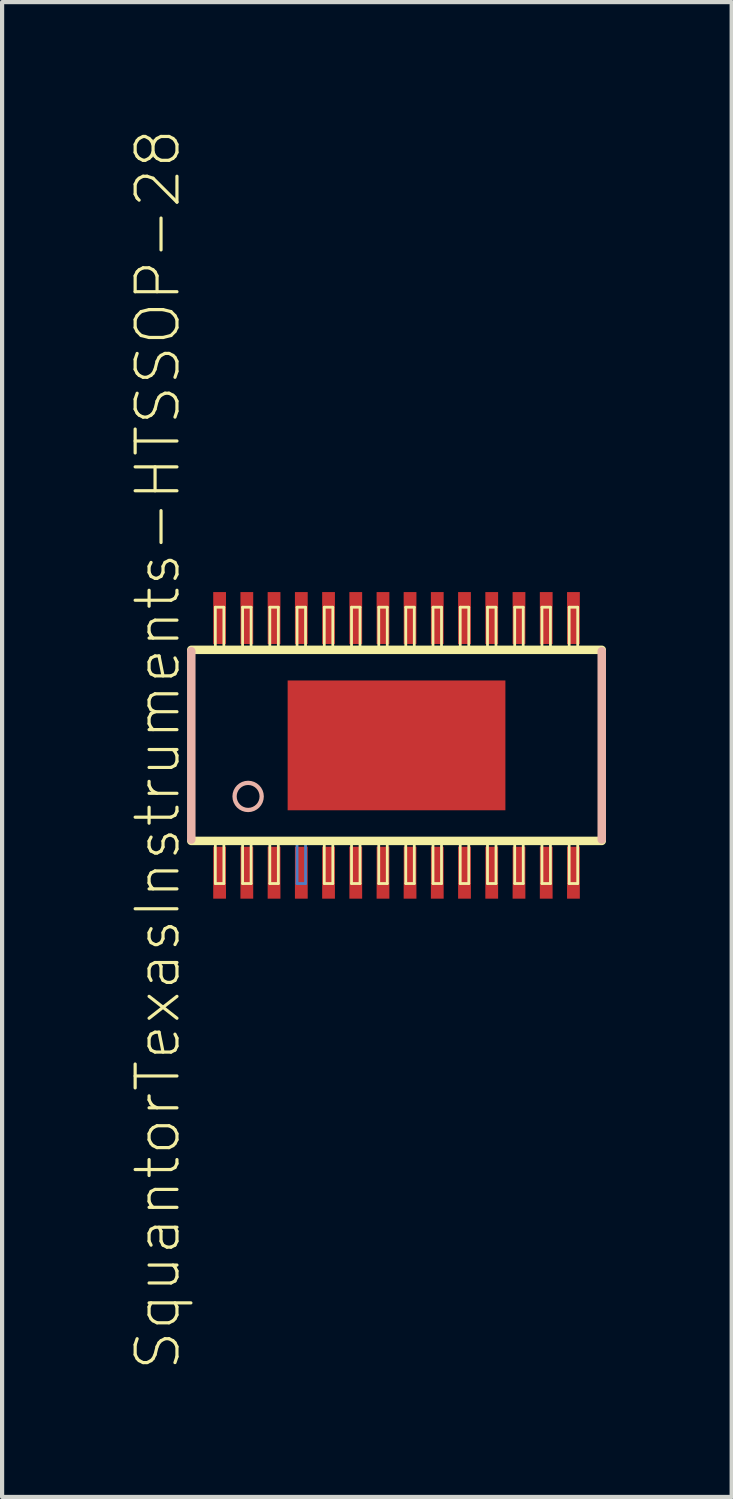
<source format=kicad_pcb>
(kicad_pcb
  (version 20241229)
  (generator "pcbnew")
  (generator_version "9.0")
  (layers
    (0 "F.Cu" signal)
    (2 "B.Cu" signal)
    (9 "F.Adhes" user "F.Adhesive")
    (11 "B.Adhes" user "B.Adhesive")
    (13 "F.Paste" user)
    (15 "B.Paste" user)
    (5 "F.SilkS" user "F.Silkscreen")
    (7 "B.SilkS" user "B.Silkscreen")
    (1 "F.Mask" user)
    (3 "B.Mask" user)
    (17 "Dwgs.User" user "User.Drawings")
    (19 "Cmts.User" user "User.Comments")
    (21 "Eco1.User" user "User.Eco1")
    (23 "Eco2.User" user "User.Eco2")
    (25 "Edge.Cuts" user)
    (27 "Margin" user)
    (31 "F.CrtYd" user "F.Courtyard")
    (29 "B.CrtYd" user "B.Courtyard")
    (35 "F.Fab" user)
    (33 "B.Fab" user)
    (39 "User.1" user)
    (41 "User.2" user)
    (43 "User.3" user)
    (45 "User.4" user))
  (footprint "SquantorTexasInstruments-HTSSOP-28"
    (layer "F.Cu")
    (at 6.417 14.746)
    (property "Reference" "SquantorTexasInstruments-HTSSOP-28" (at -5.7 0.099 90) (layer "F.SilkS") (effects (font (size 0.998 0.998) (thickness 0.076))))
    (attr smd)
    (fp_line (start -2.375 2.281) (end -2.172 2.281) (stroke (width 0.066) (type solid)) (layer "B.Cu"))
    (fp_line (start -2.375 3.299) (end -2.375 2.281) (stroke (width 0.066) (type solid)) (layer "B.Cu"))
    (fp_line (start -2.375 3.299) (end -2.172 3.299) (stroke (width 0.066) (type solid)) (layer "B.Cu"))
    (fp_line (start -2.172 3.299) (end -2.172 2.281) (stroke (width 0.066) (type solid)) (layer "B.Cu"))
    (fp_line (start -4.9 2.281) (end 4.9 2.281) (stroke (width 0.203) (type solid)) (layer "F.SilkS"))
    (fp_line (start -4.326 -3.299) (end -4.122 -3.299) (stroke (width 0.066) (type solid)) (layer "F.SilkS"))
    (fp_line (start -4.326 -2.281) (end -4.326 -3.299) (stroke (width 0.066) (type solid)) (layer "F.SilkS"))
    (fp_line (start -4.326 -2.281) (end -4.122 -2.281) (stroke (width 0.066) (type solid)) (layer "F.SilkS"))
    (fp_line (start -4.326 2.281) (end -4.122 2.281) (stroke (width 0.066) (type solid)) (layer "F.SilkS"))
    (fp_line (start -4.326 3.299) (end -4.326 2.281) (stroke (width 0.066) (type solid)) (layer "F.SilkS"))
    (fp_line (start -4.326 3.299) (end -4.122 3.299) (stroke (width 0.066) (type solid)) (layer "F.SilkS"))
    (fp_line (start -4.122 -2.281) (end -4.122 -3.299) (stroke (width 0.066) (type solid)) (layer "F.SilkS"))
    (fp_line (start -4.122 3.299) (end -4.122 2.281) (stroke (width 0.066) (type solid)) (layer "F.SilkS"))
    (fp_line (start -3.675 -3.299) (end -3.472 -3.299) (stroke (width 0.066) (type solid)) (layer "F.SilkS"))
    (fp_line (start -3.675 -2.281) (end -3.675 -3.299) (stroke (width 0.066) (type solid)) (layer "F.SilkS"))
    (fp_line (start -3.675 -2.281) (end -3.472 -2.281) (stroke (width 0.066) (type solid)) (layer "F.SilkS"))
    (fp_line (start -3.675 2.281) (end -3.472 2.281) (stroke (width 0.066) (type solid)) (layer "F.SilkS"))
    (fp_line (start -3.675 3.299) (end -3.675 2.281) (stroke (width 0.066) (type solid)) (layer "F.SilkS"))
    (fp_line (start -3.675 3.299) (end -3.472 3.299) (stroke (width 0.066) (type solid)) (layer "F.SilkS"))
    (fp_line (start -3.472 -2.281) (end -3.472 -3.299) (stroke (width 0.066) (type solid)) (layer "F.SilkS"))
    (fp_line (start -3.472 3.299) (end -3.472 2.281) (stroke (width 0.066) (type solid)) (layer "F.SilkS"))
    (fp_line (start -3.025 -3.299) (end -2.822 -3.299) (stroke (width 0.066) (type solid)) (layer "F.SilkS"))
    (fp_line (start -3.025 -2.281) (end -3.025 -3.299) (stroke (width 0.066) (type solid)) (layer "F.SilkS"))
    (fp_line (start -3.025 -2.281) (end -2.822 -2.281) (stroke (width 0.066) (type solid)) (layer "F.SilkS"))
    (fp_line (start -3.025 2.281) (end -2.822 2.281) (stroke (width 0.066) (type solid)) (layer "F.SilkS"))
    (fp_line (start -3.025 3.299) (end -3.025 2.281) (stroke (width 0.066) (type solid)) (layer "F.SilkS"))
    (fp_line (start -3.025 3.299) (end -2.822 3.299) (stroke (width 0.066) (type solid)) (layer "F.SilkS"))
    (fp_line (start -2.822 -2.281) (end -2.822 -3.299) (stroke (width 0.066) (type solid)) (layer "F.SilkS"))
    (fp_line (start -2.822 3.299) (end -2.822 2.281) (stroke (width 0.066) (type solid)) (layer "F.SilkS"))
    (fp_line (start -2.375 -3.299) (end -2.172 -3.299) (stroke (width 0.066) (type solid)) (layer "F.SilkS"))
    (fp_line (start -2.375 -2.281) (end -2.375 -3.299) (stroke (width 0.066) (type solid)) (layer "F.SilkS"))
    (fp_line (start -2.375 -2.281) (end -2.172 -2.281) (stroke (width 0.066) (type solid)) (layer "F.SilkS"))
    (fp_line (start -2.172 -2.281) (end -2.172 -3.299) (stroke (width 0.066) (type solid)) (layer "F.SilkS"))
    (fp_line (start -1.725 -3.299) (end -1.521 -3.299) (stroke (width 0.066) (type solid)) (layer "F.SilkS"))
    (fp_line (start -1.725 -2.281) (end -1.725 -3.299) (stroke (width 0.066) (type solid)) (layer "F.SilkS"))
    (fp_line (start -1.725 -2.281) (end -1.521 -2.281) (stroke (width 0.066) (type solid)) (layer "F.SilkS"))
    (fp_line (start -1.725 2.281) (end -1.521 2.281) (stroke (width 0.066) (type solid)) (layer "F.SilkS"))
    (fp_line (start -1.725 3.299) (end -1.725 2.281) (stroke (width 0.066) (type solid)) (layer "F.SilkS"))
    (fp_line (start -1.725 3.299) (end -1.521 3.299) (stroke (width 0.066) (type solid)) (layer "F.SilkS"))
    (fp_line (start -1.521 -2.281) (end -1.521 -3.299) (stroke (width 0.066) (type solid)) (layer "F.SilkS"))
    (fp_line (start -1.521 3.299) (end -1.521 2.281) (stroke (width 0.066) (type solid)) (layer "F.SilkS"))
    (fp_line (start -1.074 -3.299) (end -0.871 -3.299) (stroke (width 0.066) (type solid)) (layer "F.SilkS"))
    (fp_line (start -1.074 -2.281) (end -1.074 -3.299) (stroke (width 0.066) (type solid)) (layer "F.SilkS"))
    (fp_line (start -1.074 -2.281) (end -0.871 -2.281) (stroke (width 0.066) (type solid)) (layer "F.SilkS"))
    (fp_line (start -1.074 2.281) (end -0.871 2.281) (stroke (width 0.066) (type solid)) (layer "F.SilkS"))
    (fp_line (start -1.074 3.299) (end -1.074 2.281) (stroke (width 0.066) (type solid)) (layer "F.SilkS"))
    (fp_line (start -1.074 3.299) (end -0.871 3.299) (stroke (width 0.066) (type solid)) (layer "F.SilkS"))
    (fp_line (start -0.871 -2.281) (end -0.871 -3.299) (stroke (width 0.066) (type solid)) (layer "F.SilkS"))
    (fp_line (start -0.871 3.299) (end -0.871 2.281) (stroke (width 0.066) (type solid)) (layer "F.SilkS"))
    (fp_line (start -0.424 -3.299) (end -0.221 -3.299) (stroke (width 0.066) (type solid)) (layer "F.SilkS"))
    (fp_line (start -0.424 -2.281) (end -0.424 -3.299) (stroke (width 0.066) (type solid)) (layer "F.SilkS"))
    (fp_line (start -0.424 -2.281) (end -0.221 -2.281) (stroke (width 0.066) (type solid)) (layer "F.SilkS"))
    (fp_line (start -0.424 2.281) (end -0.221 2.281) (stroke (width 0.066) (type solid)) (layer "F.SilkS"))
    (fp_line (start -0.424 3.299) (end -0.424 2.281) (stroke (width 0.066) (type solid)) (layer "F.SilkS"))
    (fp_line (start -0.424 3.299) (end -0.221 3.299) (stroke (width 0.066) (type solid)) (layer "F.SilkS"))
    (fp_line (start -0.221 -2.281) (end -0.221 -3.299) (stroke (width 0.066) (type solid)) (layer "F.SilkS"))
    (fp_line (start -0.221 3.299) (end -0.221 2.281) (stroke (width 0.066) (type solid)) (layer "F.SilkS"))
    (fp_line (start 0.221 -3.299) (end 0.424 -3.299) (stroke (width 0.066) (type solid)) (layer "F.SilkS"))
    (fp_line (start 0.221 -2.281) (end 0.221 -3.299) (stroke (width 0.066) (type solid)) (layer "F.SilkS"))
    (fp_line (start 0.221 -2.281) (end 0.424 -2.281) (stroke (width 0.066) (type solid)) (layer "F.SilkS"))
    (fp_line (start 0.221 2.281) (end 0.424 2.281) (stroke (width 0.066) (type solid)) (layer "F.SilkS"))
    (fp_line (start 0.221 3.299) (end 0.221 2.281) (stroke (width 0.066) (type solid)) (layer "F.SilkS"))
    (fp_line (start 0.221 3.299) (end 0.424 3.299) (stroke (width 0.066) (type solid)) (layer "F.SilkS"))
    (fp_line (start 0.424 -2.281) (end 0.424 -3.299) (stroke (width 0.066) (type solid)) (layer "F.SilkS"))
    (fp_line (start 0.424 3.299) (end 0.424 2.281) (stroke (width 0.066) (type solid)) (layer "F.SilkS"))
    (fp_line (start 0.871 -3.299) (end 1.074 -3.299) (stroke (width 0.066) (type solid)) (layer "F.SilkS"))
    (fp_line (start 0.871 -2.281) (end 0.871 -3.299) (stroke (width 0.066) (type solid)) (layer "F.SilkS"))
    (fp_line (start 0.871 -2.281) (end 1.074 -2.281) (stroke (width 0.066) (type solid)) (layer "F.SilkS"))
    (fp_line (start 0.871 2.281) (end 1.074 2.281) (stroke (width 0.066) (type solid)) (layer "F.SilkS"))
    (fp_line (start 0.871 3.299) (end 0.871 2.281) (stroke (width 0.066) (type solid)) (layer "F.SilkS"))
    (fp_line (start 0.871 3.299) (end 1.074 3.299) (stroke (width 0.066) (type solid)) (layer "F.SilkS"))
    (fp_line (start 1.074 -2.281) (end 1.074 -3.299) (stroke (width 0.066) (type solid)) (layer "F.SilkS"))
    (fp_line (start 1.074 3.299) (end 1.074 2.281) (stroke (width 0.066) (type solid)) (layer "F.SilkS"))
    (fp_line (start 1.521 -3.299) (end 1.725 -3.299) (stroke (width 0.066) (type solid)) (layer "F.SilkS"))
    (fp_line (start 1.521 -2.281) (end 1.521 -3.299) (stroke (width 0.066) (type solid)) (layer "F.SilkS"))
    (fp_line (start 1.521 -2.281) (end 1.725 -2.281) (stroke (width 0.066) (type solid)) (layer "F.SilkS"))
    (fp_line (start 1.521 2.281) (end 1.725 2.281) (stroke (width 0.066) (type solid)) (layer "F.SilkS"))
    (fp_line (start 1.521 3.299) (end 1.521 2.281) (stroke (width 0.066) (type solid)) (layer "F.SilkS"))
    (fp_line (start 1.521 3.299) (end 1.725 3.299) (stroke (width 0.066) (type solid)) (layer "F.SilkS"))
    (fp_line (start 1.725 -2.281) (end 1.725 -3.299) (stroke (width 0.066) (type solid)) (layer "F.SilkS"))
    (fp_line (start 1.725 3.299) (end 1.725 2.281) (stroke (width 0.066) (type solid)) (layer "F.SilkS"))
    (fp_line (start 2.172 -3.299) (end 2.375 -3.299) (stroke (width 0.066) (type solid)) (layer "F.SilkS"))
    (fp_line (start 2.172 -2.281) (end 2.172 -3.299) (stroke (width 0.066) (type solid)) (layer "F.SilkS"))
    (fp_line (start 2.172 -2.281) (end 2.375 -2.281) (stroke (width 0.066) (type solid)) (layer "F.SilkS"))
    (fp_line (start 2.172 2.281) (end 2.375 2.281) (stroke (width 0.066) (type solid)) (layer "F.SilkS"))
    (fp_line (start 2.172 3.299) (end 2.172 2.281) (stroke (width 0.066) (type solid)) (layer "F.SilkS"))
    (fp_line (start 2.172 3.299) (end 2.375 3.299) (stroke (width 0.066) (type solid)) (layer "F.SilkS"))
    (fp_line (start 2.375 -2.281) (end 2.375 -3.299) (stroke (width 0.066) (type solid)) (layer "F.SilkS"))
    (fp_line (start 2.375 3.299) (end 2.375 2.281) (stroke (width 0.066) (type solid)) (layer "F.SilkS"))
    (fp_line (start 2.822 -3.299) (end 3.025 -3.299) (stroke (width 0.066) (type solid)) (layer "F.SilkS"))
    (fp_line (start 2.822 -2.281) (end 2.822 -3.299) (stroke (width 0.066) (type solid)) (layer "F.SilkS"))
    (fp_line (start 2.822 -2.281) (end 3.025 -2.281) (stroke (width 0.066) (type solid)) (layer "F.SilkS"))
    (fp_line (start 2.822 2.281) (end 3.025 2.281) (stroke (width 0.066) (type solid)) (layer "F.SilkS"))
    (fp_line (start 2.822 3.299) (end 2.822 2.281) (stroke (width 0.066) (type solid)) (layer "F.SilkS"))
    (fp_line (start 2.822 3.299) (end 3.025 3.299) (stroke (width 0.066) (type solid)) (layer "F.SilkS"))
    (fp_line (start 3.025 -2.281) (end 3.025 -3.299) (stroke (width 0.066) (type solid)) (layer "F.SilkS"))
    (fp_line (start 3.025 3.299) (end 3.025 2.281) (stroke (width 0.066) (type solid)) (layer "F.SilkS"))
    (fp_line (start 3.472 -3.299) (end 3.675 -3.299) (stroke (width 0.066) (type solid)) (layer "F.SilkS"))
    (fp_line (start 3.472 -2.281) (end 3.472 -3.299) (stroke (width 0.066) (type solid)) (layer "F.SilkS"))
    (fp_line (start 3.472 -2.281) (end 3.675 -2.281) (stroke (width 0.066) (type solid)) (layer "F.SilkS"))
    (fp_line (start 3.472 2.281) (end 3.675 2.281) (stroke (width 0.066) (type solid)) (layer "F.SilkS"))
    (fp_line (start 3.472 3.299) (end 3.472 2.281) (stroke (width 0.066) (type solid)) (layer "F.SilkS"))
    (fp_line (start 3.472 3.299) (end 3.675 3.299) (stroke (width 0.066) (type solid)) (layer "F.SilkS"))
    (fp_line (start 3.675 -2.281) (end 3.675 -3.299) (stroke (width 0.066) (type solid)) (layer "F.SilkS"))
    (fp_line (start 3.675 3.299) (end 3.675 2.281) (stroke (width 0.066) (type solid)) (layer "F.SilkS"))
    (fp_line (start 4.122 -3.299) (end 4.326 -3.299) (stroke (width 0.066) (type solid)) (layer "F.SilkS"))
    (fp_line (start 4.122 -2.281) (end 4.122 -3.299) (stroke (width 0.066) (type solid)) (layer "F.SilkS"))
    (fp_line (start 4.122 -2.281) (end 4.326 -2.281) (stroke (width 0.066) (type solid)) (layer "F.SilkS"))
    (fp_line (start 4.122 2.281) (end 4.326 2.281) (stroke (width 0.066) (type solid)) (layer "F.SilkS"))
    (fp_line (start 4.122 3.299) (end 4.122 2.281) (stroke (width 0.066) (type solid)) (layer "F.SilkS"))
    (fp_line (start 4.122 3.299) (end 4.326 3.299) (stroke (width 0.066) (type solid)) (layer "F.SilkS"))
    (fp_line (start 4.326 -2.281) (end 4.326 -3.299) (stroke (width 0.066) (type solid)) (layer "F.SilkS"))
    (fp_line (start 4.326 3.299) (end 4.326 2.281) (stroke (width 0.066) (type solid)) (layer "F.SilkS"))
    (fp_line (start 4.9 -2.281) (end -4.9 -2.281) (stroke (width 0.203) (type solid)) (layer "F.SilkS"))
    (fp_line (start -4.9 2.248) (end -4.9 -2.248) (stroke (width 0.203) (type solid)) (layer "B.SilkS"))
    (fp_line (start 4.9 -2.248) (end 4.9 2.248) (stroke (width 0.203) (type solid)) (layer "B.SilkS"))
    (fp_circle (center -3.543 1.219) (end -3.772 1.448) (stroke (width 0.102) (type solid)) (fill no) (layer "B.SilkS"))
    (pad "1" smd rect (at -4.224 3.04) (size 0.305 1.24) (layers "F.Cu" "F.Mask" "F.Paste"))
    (pad "2" smd rect (at -3.574 3.04) (size 0.305 1.24) (layers "F.Cu" "F.Mask" "F.Paste"))
    (pad "3" smd rect (at -2.924 3.04) (size 0.305 1.24) (layers "F.Cu" "F.Mask" "F.Paste"))
    (pad "4" smd rect (at -2.273 3.04) (size 0.305 1.24) (layers "F.Cu" "F.Mask" "F.Paste"))
    (pad "5" smd rect (at -1.623 3.04) (size 0.305 1.24) (layers "F.Cu" "F.Mask" "F.Paste"))
    (pad "6" smd rect (at -0.973 3.04) (size 0.305 1.24) (layers "F.Cu" "F.Mask" "F.Paste"))
    (pad "7" smd rect (at -0.323 3.04) (size 0.305 1.24) (layers "F.Cu" "F.Mask" "F.Paste"))
    (pad "8" smd rect (at 0.323 3.04) (size 0.305 1.24) (layers "F.Cu" "F.Mask" "F.Paste"))
    (pad "9" smd rect (at 0.973 3.04) (size 0.305 1.24) (layers "F.Cu" "F.Mask" "F.Paste"))
    (pad "10" smd rect (at 1.623 3.04) (size 0.305 1.24) (layers "F.Cu" "F.Mask" "F.Paste"))
    (pad "11" smd rect (at 2.273 3.04) (size 0.305 1.24) (layers "F.Cu" "F.Mask" "F.Paste"))
    (pad "12" smd rect (at 2.924 3.04) (size 0.305 1.24) (layers "F.Cu" "F.Mask" "F.Paste"))
    (pad "13" smd rect (at 3.574 3.04) (size 0.305 1.24) (layers "F.Cu" "F.Mask" "F.Paste"))
    (pad "14" smd rect (at 4.224 3.04) (size 0.305 1.24) (layers "F.Cu" "F.Mask" "F.Paste"))
    (pad "15" smd rect (at 4.224 -3.04 180) (size 0.305 1.24) (layers "F.Cu" "F.Mask" "F.Paste"))
    (pad "16" smd rect (at 3.574 -3.04 180) (size 0.305 1.24) (layers "F.Cu" "F.Mask" "F.Paste"))
    (pad "17" smd rect (at 2.924 -3.04) (size 0.305 1.24) (layers "F.Cu" "F.Mask" "F.Paste"))
    (pad "18" smd rect (at 2.273 -3.04) (size 0.305 1.24) (layers "F.Cu" "F.Mask" "F.Paste"))
    (pad "19" smd rect (at 1.623 -3.04) (size 0.305 1.24) (layers "F.Cu" "F.Mask" "F.Paste"))
    (pad "20" smd rect (at 0.973 -3.04) (size 0.305 1.24) (layers "F.Cu" "F.Mask" "F.Paste"))
    (pad "21" smd rect (at 0.323 -3.04) (size 0.305 1.24) (layers "F.Cu" "F.Mask" "F.Paste"))
    (pad "22" smd rect (at -0.323 -3.04) (size 0.305 1.24) (layers "F.Cu" "F.Mask" "F.Paste"))
    (pad "23" smd rect (at -0.973 -3.04) (size 0.305 1.24) (layers "F.Cu" "F.Mask" "F.Paste"))
    (pad "24" smd rect (at -1.623 -3.04) (size 0.305 1.24) (layers "F.Cu" "F.Mask" "F.Paste"))
    (pad "25" smd rect (at -2.273 -3.04) (size 0.305 1.24) (layers "F.Cu" "F.Mask" "F.Paste"))
    (pad "26" smd rect (at -2.924 -3.04) (size 0.305 1.24) (layers "F.Cu" "F.Mask" "F.Paste"))
    (pad "27" smd rect (at -3.574 -3.04 180) (size 0.305 1.24) (layers "F.Cu" "F.Mask" "F.Paste"))
    (pad "28" smd rect (at -4.224 -3.04 180) (size 0.305 1.24) (layers "F.Cu" "F.Mask" "F.Paste"))
    (pad "PWRP" smd rect (at 0 0) (size 5.199 3.099) (layers "F.Cu" "F.Mask" "F.Paste")))
  (gr_rect
    (start -3 -3)
    (end 14.419 32.69)
    (stroke (width 0.1) (type default))
    (fill no)
    (layer "Edge.Cuts")))
</source>
